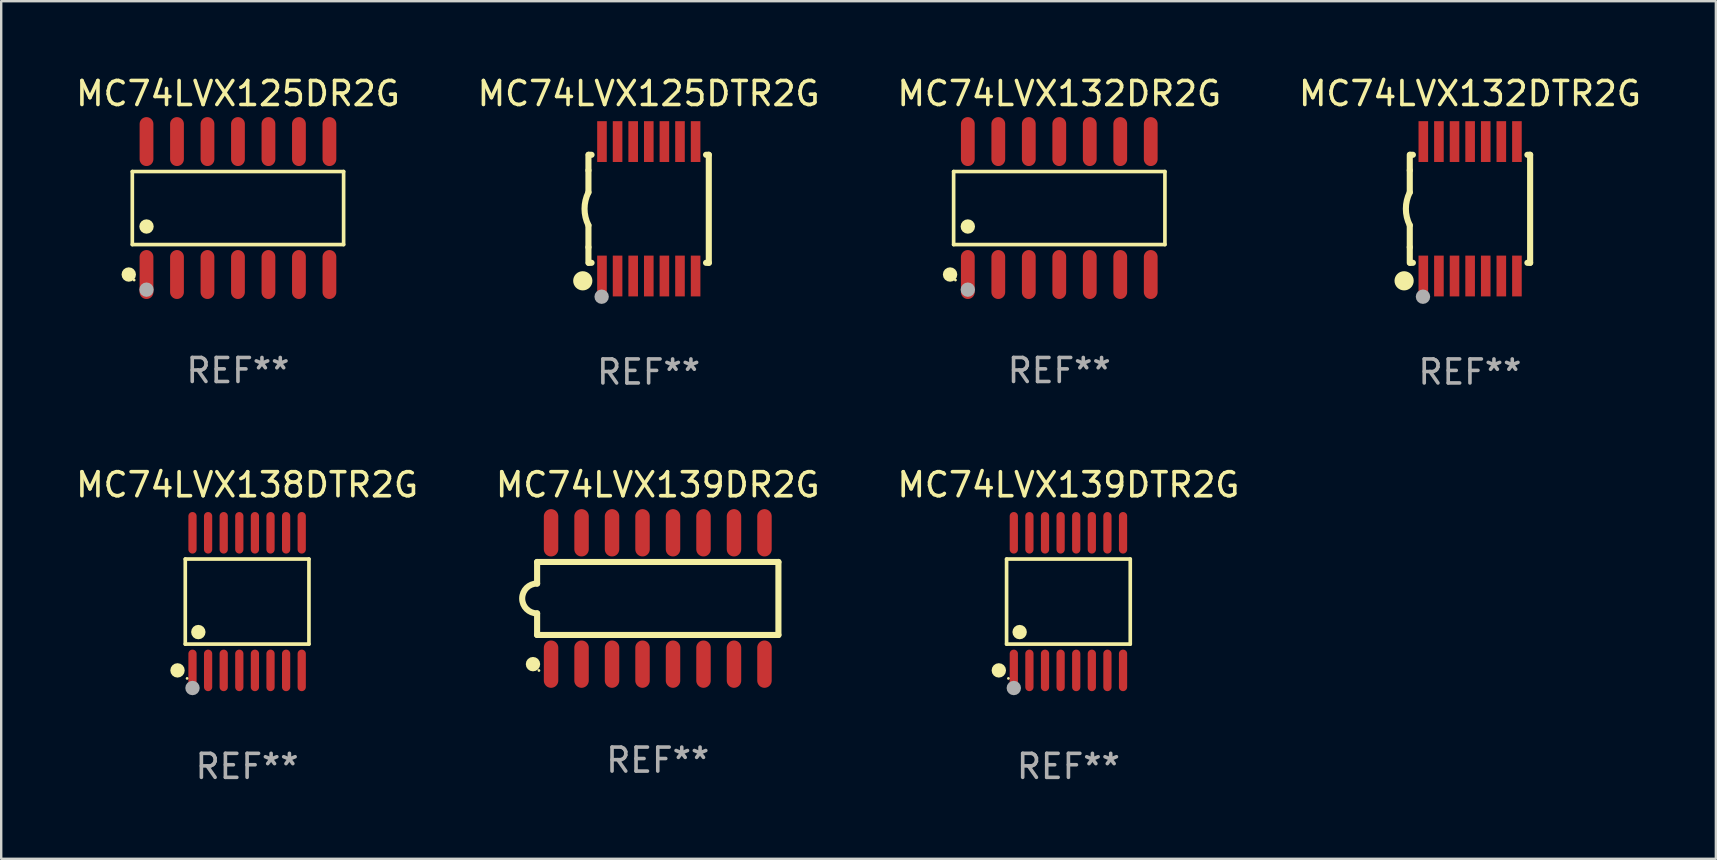
<source format=kicad_pcb>
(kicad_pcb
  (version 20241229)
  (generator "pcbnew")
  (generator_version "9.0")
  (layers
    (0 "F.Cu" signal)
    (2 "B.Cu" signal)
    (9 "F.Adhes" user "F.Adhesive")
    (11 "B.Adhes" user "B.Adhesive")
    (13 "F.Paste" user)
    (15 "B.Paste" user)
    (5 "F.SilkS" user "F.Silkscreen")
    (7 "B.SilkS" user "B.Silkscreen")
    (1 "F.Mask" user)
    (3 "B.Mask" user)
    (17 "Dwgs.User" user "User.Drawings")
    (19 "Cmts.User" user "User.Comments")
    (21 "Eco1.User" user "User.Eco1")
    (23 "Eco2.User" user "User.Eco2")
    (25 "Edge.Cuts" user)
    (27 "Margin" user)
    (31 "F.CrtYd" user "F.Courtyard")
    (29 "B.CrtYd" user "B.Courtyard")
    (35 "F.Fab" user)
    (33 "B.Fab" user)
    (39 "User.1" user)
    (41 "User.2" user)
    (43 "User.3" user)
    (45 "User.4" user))
  (footprint "MC74LVX139DR2G"
    (layer "F.Cu")
    (at 24.351 21.881)
    (property "Reference" "MC74LVX139DR2G" (at 0 -4.736 0) (layer "F.SilkS") (effects (font (size 1 1) (thickness 0.15))))
    (attr through_hole)
    (fp_line (start -5.026 -1.521) (end -5.026 -0.621) (stroke (width 0.254) (type solid)) (layer "F.SilkS"))
    (fp_line (start -5.026 -1.521) (end 5.026 -1.521) (stroke (width 0.254) (type solid)) (layer "F.SilkS"))
    (fp_line (start -5.026 1.521) (end -5.026 0.621) (stroke (width 0.254) (type solid)) (layer "F.SilkS"))
    (fp_line (start 5.026 -1.521) (end 5.026 1.521) (stroke (width 0.254) (type solid)) (layer "F.SilkS"))
    (fp_line (start 5.026 1.521) (end -5.026 1.521) (stroke (width 0.254) (type solid)) (layer "F.SilkS"))
    (fp_arc (start -5.026187 0.621387) (mid -5.647752 -0.000787) (end -5.025781 -0.622555) (stroke (width 0.254001) (type solid)) (layer "F.SilkS"))
    (fp_circle (center -5.198 2.736) (end -5.048 2.736) (stroke (width 0.3) (type solid)) (fill no) (layer "F.SilkS"))
    (fp_circle (center -4.95 3) (end -4.92 3) (stroke (width 0.06) (type solid)) (fill no) (layer "F.SilkS"))
    (fp_text user "REF**" (at 0 6.736 0) (layer "F.Fab") (effects (font (size 1 1) (thickness 0.15))))
    (pad "1" smd oval (at -4.445 2.736) (size 0.602 1.971) (layers "F.Cu" "F.Mask" "F.Paste"))
    (pad "2" smd oval (at -3.175 2.736) (size 0.602 1.971) (layers "F.Cu" "F.Mask" "F.Paste"))
    (pad "3" smd oval (at -1.905 2.736) (size 0.602 1.971) (layers "F.Cu" "F.Mask" "F.Paste"))
    (pad "4" smd oval (at -0.635 2.736) (size 0.602 1.971) (layers "F.Cu" "F.Mask" "F.Paste"))
    (pad "5" smd oval (at 0.635 2.736) (size 0.602 1.971) (layers "F.Cu" "F.Mask" "F.Paste"))
    (pad "6" smd oval (at 1.905 2.736) (size 0.602 1.971) (layers "F.Cu" "F.Mask" "F.Paste"))
    (pad "7" smd oval (at 3.175 2.736) (size 0.602 1.971) (layers "F.Cu" "F.Mask" "F.Paste"))
    (pad "8" smd oval (at 4.445 2.736) (size 0.602 1.971) (layers "F.Cu" "F.Mask" "F.Paste"))
    (pad "9" smd oval (at 4.445 -2.736) (size 0.602 1.971) (layers "F.Cu" "F.Mask" "F.Paste"))
    (pad "10" smd oval (at 3.175 -2.736) (size 0.602 1.971) (layers "F.Cu" "F.Mask" "F.Paste"))
    (pad "11" smd oval (at 1.905 -2.736) (size 0.602 1.971) (layers "F.Cu" "F.Mask" "F.Paste"))
    (pad "12" smd oval (at 0.635 -2.736) (size 0.602 1.971) (layers "F.Cu" "F.Mask" "F.Paste"))
    (pad "13" smd oval (at -0.635 -2.736) (size 0.602 1.971) (layers "F.Cu" "F.Mask" "F.Paste"))
    (pad "14" smd oval (at -1.905 -2.736) (size 0.602 1.971) (layers "F.Cu" "F.Mask" "F.Paste"))
    (pad "15" smd oval (at -3.175 -2.736) (size 0.602 1.971) (layers "F.Cu" "F.Mask" "F.Paste"))
    (pad "16" smd oval (at -4.445 -2.736) (size 0.602 1.971) (layers "F.Cu" "F.Mask" "F.Paste")))
  (footprint "MC74LVX132DR2G"
    (layer "F.Cu")
    (at 41.077 5.617)
    (property "Reference" "MC74LVX132DR2G" (at 0 -4.769 0) (layer "F.SilkS") (effects (font (size 1 1) (thickness 0.15))))
    (attr through_hole)
    (fp_line (start -4.401 -1.521) (end 4.401 -1.521) (stroke (width 0.152) (type solid)) (layer "F.SilkS"))
    (fp_line (start -4.401 1.521) (end -4.401 -1.521) (stroke (width 0.152) (type solid)) (layer "F.SilkS"))
    (fp_line (start 4.401 -1.521) (end 4.401 1.521) (stroke (width 0.152) (type solid)) (layer "F.SilkS"))
    (fp_line (start 4.401 1.521) (end -4.401 1.521) (stroke (width 0.152) (type solid)) (layer "F.SilkS"))
    (fp_circle (center -4.549 2.769) (end -4.399 2.769) (stroke (width 0.3) (type solid)) (fill no) (layer "F.SilkS"))
    (fp_circle (center -4.325 3) (end -4.295 3) (stroke (width 0.06) (type solid)) (fill no) (layer "F.SilkS"))
    (fp_circle (center -3.81 0.769) (end -3.66 0.769) (stroke (width 0.3) (type solid)) (fill no) (layer "F.SilkS"))
    (fp_circle (center -3.81 3.4) (end -3.66 3.4) (stroke (width 0.3) (type solid)) (fill no) (layer "F.Fab"))
    (fp_text user "REF**" (at 0 6.769 0) (layer "F.Fab") (effects (font (size 1 1) (thickness 0.15))))
    (pad "1" smd oval (at -3.81 2.769) (size 0.574 2.038) (layers "F.Cu" "F.Mask" "F.Paste"))
    (pad "2" smd oval (at -2.54 2.769) (size 0.574 2.038) (layers "F.Cu" "F.Mask" "F.Paste"))
    (pad "3" smd oval (at -1.27 2.769) (size 0.574 2.038) (layers "F.Cu" "F.Mask" "F.Paste"))
    (pad "4" smd oval (at 0 2.769) (size 0.574 2.038) (layers "F.Cu" "F.Mask" "F.Paste"))
    (pad "5" smd oval (at 1.27 2.769) (size 0.574 2.038) (layers "F.Cu" "F.Mask" "F.Paste"))
    (pad "6" smd oval (at 2.54 2.769) (size 0.574 2.038) (layers "F.Cu" "F.Mask" "F.Paste"))
    (pad "7" smd oval (at 3.81 2.769) (size 0.574 2.038) (layers "F.Cu" "F.Mask" "F.Paste"))
    (pad "8" smd oval (at 3.81 -2.769) (size 0.574 2.038) (layers "F.Cu" "F.Mask" "F.Paste"))
    (pad "9" smd oval (at 2.54 -2.769) (size 0.574 2.038) (layers "F.Cu" "F.Mask" "F.Paste"))
    (pad "10" smd oval (at 1.27 -2.769) (size 0.574 2.038) (layers "F.Cu" "F.Mask" "F.Paste"))
    (pad "11" smd oval (at 0 -2.769) (size 0.574 2.038) (layers "F.Cu" "F.Mask" "F.Paste"))
    (pad "12" smd oval (at -1.27 -2.769) (size 0.574 2.038) (layers "F.Cu" "F.Mask" "F.Paste"))
    (pad "13" smd oval (at -2.54 -2.769) (size 0.574 2.038) (layers "F.Cu" "F.Mask" "F.Paste"))
    (pad "14" smd oval (at -3.81 -2.769) (size 0.574 2.038) (layers "F.Cu" "F.Mask" "F.Paste")))
  (footprint "MC74LVX125DTR2G"
    (layer "F.Cu")
    (at 23.97 5.648)
    (property "Reference" "MC74LVX125DTR2G" (at 0 -4.8 0) (layer "F.SilkS") (effects (font (size 1 1) (thickness 0.15))))
    (attr through_hole)
    (fp_line (start -2.507 -1.6) (end -2.507 -2.25) (stroke (width 0.254) (type solid)) (layer "F.SilkS"))
    (fp_line (start -2.507 -0.686) (end -2.507 -1.6) (stroke (width 0.254) (type solid)) (layer "F.SilkS"))
    (fp_line (start -2.507 1.6) (end -2.507 0.686) (stroke (width 0.254) (type solid)) (layer "F.SilkS"))
    (fp_line (start -2.507 1.6) (end -2.507 2.25) (stroke (width 0.254) (type solid)) (layer "F.SilkS"))
    (fp_line (start -2.493 -2.25) (end -2.377 -2.25) (stroke (width 0.254) (type solid)) (layer "F.SilkS"))
    (fp_line (start -2.377 2.25) (end -2.493 2.25) (stroke (width 0.254) (type solid)) (layer "F.SilkS"))
    (fp_line (start 2.392 -2.25) (end 2.507 -2.25) (stroke (width 0.254) (type solid)) (layer "F.SilkS"))
    (fp_line (start 2.507 -2.25) (end 2.507 2.25) (stroke (width 0.254) (type solid)) (layer "F.SilkS"))
    (fp_line (start 2.507 2.25) (end 2.392 2.25) (stroke (width 0.254) (type solid)) (layer "F.SilkS"))
    (fp_arc (start -2.507303 0.685802) (mid -2.669199 0) (end -2.507303 -0.685801) (stroke (width 0.254001) (type solid)) (layer "F.SilkS"))
    (fp_circle (center -2.743 3) (end -2.543 3) (stroke (width 0.4) (type solid)) (fill no) (layer "F.SilkS"))
    (fp_circle (center -2.493 3.2) (end -2.463 3.2) (stroke (width 0.06) (type solid)) (fill no) (layer "F.SilkS"))
    (fp_circle (center -1.957 3.662) (end -1.807 3.662) (stroke (width 0.3) (type solid)) (fill no) (layer "F.Fab"))
    (fp_text user "REF**" (at 0 6.8 0) (layer "F.Fab") (effects (font (size 1 1) (thickness 0.15))))
    (pad "1" smd rect (at -1.943 2.8) (size 0.4 1.7) (layers "F.Cu" "F.Mask" "F.Paste"))
    (pad "2" smd rect (at -1.293 2.8) (size 0.4 1.7) (layers "F.Cu" "F.Mask" "F.Paste"))
    (pad "3" smd rect (at -0.643 2.8) (size 0.4 1.7) (layers "F.Cu" "F.Mask" "F.Paste"))
    (pad "4" smd rect (at 0.007 2.8) (size 0.4 1.7) (layers "F.Cu" "F.Mask" "F.Paste"))
    (pad "5" smd rect (at 0.657 2.8) (size 0.4 1.7) (layers "F.Cu" "F.Mask" "F.Paste"))
    (pad "6" smd rect (at 1.307 2.8) (size 0.4 1.7) (layers "F.Cu" "F.Mask" "F.Paste"))
    (pad "7" smd rect (at 1.957 2.8) (size 0.4 1.7) (layers "F.Cu" "F.Mask" "F.Paste"))
    (pad "8" smd rect (at 1.957 -2.8) (size 0.4 1.7) (layers "F.Cu" "F.Mask" "F.Paste"))
    (pad "9" smd rect (at 1.307 -2.8) (size 0.4 1.7) (layers "F.Cu" "F.Mask" "F.Paste"))
    (pad "10" smd rect (at 0.657 -2.8) (size 0.4 1.7) (layers "F.Cu" "F.Mask" "F.Paste"))
    (pad "11" smd rect (at 0.007 -2.8) (size 0.4 1.7) (layers "F.Cu" "F.Mask" "F.Paste"))
    (pad "12" smd rect (at -0.643 -2.8) (size 0.4 1.7) (layers "F.Cu" "F.Mask" "F.Paste"))
    (pad "13" smd rect (at -1.293 -2.8) (size 0.4 1.7) (layers "F.Cu" "F.Mask" "F.Paste"))
    (pad "14" smd rect (at -1.943 -2.8) (size 0.4 1.7) (layers "F.Cu" "F.Mask" "F.Paste")))
  (footprint "MC74LVX125DR2G"
    (layer "F.Cu")
    (at 6.863 5.617)
    (property "Reference" "MC74LVX125DR2G" (at 0 -4.769 0) (layer "F.SilkS") (effects (font (size 1 1) (thickness 0.15))))
    (attr through_hole)
    (fp_line (start -4.401 -1.521) (end 4.401 -1.521) (stroke (width 0.152) (type solid)) (layer "F.SilkS"))
    (fp_line (start -4.401 1.521) (end -4.401 -1.521) (stroke (width 0.152) (type solid)) (layer "F.SilkS"))
    (fp_line (start 4.401 -1.521) (end 4.401 1.521) (stroke (width 0.152) (type solid)) (layer "F.SilkS"))
    (fp_line (start 4.401 1.521) (end -4.401 1.521) (stroke (width 0.152) (type solid)) (layer "F.SilkS"))
    (fp_circle (center -4.549 2.769) (end -4.399 2.769) (stroke (width 0.3) (type solid)) (fill no) (layer "F.SilkS"))
    (fp_circle (center -4.325 3) (end -4.295 3) (stroke (width 0.06) (type solid)) (fill no) (layer "F.SilkS"))
    (fp_circle (center -3.81 0.769) (end -3.66 0.769) (stroke (width 0.3) (type solid)) (fill no) (layer "F.SilkS"))
    (fp_circle (center -3.81 3.4) (end -3.66 3.4) (stroke (width 0.3) (type solid)) (fill no) (layer "F.Fab"))
    (fp_text user "REF**" (at 0 6.769 0) (layer "F.Fab") (effects (font (size 1 1) (thickness 0.15))))
    (pad "1" smd oval (at -3.81 2.769) (size 0.574 2.038) (layers "F.Cu" "F.Mask" "F.Paste"))
    (pad "2" smd oval (at -2.54 2.769) (size 0.574 2.038) (layers "F.Cu" "F.Mask" "F.Paste"))
    (pad "3" smd oval (at -1.27 2.769) (size 0.574 2.038) (layers "F.Cu" "F.Mask" "F.Paste"))
    (pad "4" smd oval (at 0 2.769) (size 0.574 2.038) (layers "F.Cu" "F.Mask" "F.Paste"))
    (pad "5" smd oval (at 1.27 2.769) (size 0.574 2.038) (layers "F.Cu" "F.Mask" "F.Paste"))
    (pad "6" smd oval (at 2.54 2.769) (size 0.574 2.038) (layers "F.Cu" "F.Mask" "F.Paste"))
    (pad "7" smd oval (at 3.81 2.769) (size 0.574 2.038) (layers "F.Cu" "F.Mask" "F.Paste"))
    (pad "8" smd oval (at 3.81 -2.769) (size 0.574 2.038) (layers "F.Cu" "F.Mask" "F.Paste"))
    (pad "9" smd oval (at 2.54 -2.769) (size 0.574 2.038) (layers "F.Cu" "F.Mask" "F.Paste"))
    (pad "10" smd oval (at 1.27 -2.769) (size 0.574 2.038) (layers "F.Cu" "F.Mask" "F.Paste"))
    (pad "11" smd oval (at 0 -2.769) (size 0.574 2.038) (layers "F.Cu" "F.Mask" "F.Paste"))
    (pad "12" smd oval (at -1.27 -2.769) (size 0.574 2.038) (layers "F.Cu" "F.Mask" "F.Paste"))
    (pad "13" smd oval (at -2.54 -2.769) (size 0.574 2.038) (layers "F.Cu" "F.Mask" "F.Paste"))
    (pad "14" smd oval (at -3.81 -2.769) (size 0.574 2.038) (layers "F.Cu" "F.Mask" "F.Paste")))
  (footprint "MC74LVX132DTR2G"
    (layer "F.Cu")
    (at 58.185 5.648)
    (property "Reference" "MC74LVX132DTR2G" (at 0 -4.8 0) (layer "F.SilkS") (effects (font (size 1 1) (thickness 0.15))))
    (attr through_hole)
    (fp_line (start -2.507 -1.6) (end -2.507 -2.25) (stroke (width 0.254) (type solid)) (layer "F.SilkS"))
    (fp_line (start -2.507 -0.686) (end -2.507 -1.6) (stroke (width 0.254) (type solid)) (layer "F.SilkS"))
    (fp_line (start -2.507 1.6) (end -2.507 0.686) (stroke (width 0.254) (type solid)) (layer "F.SilkS"))
    (fp_line (start -2.507 1.6) (end -2.507 2.25) (stroke (width 0.254) (type solid)) (layer "F.SilkS"))
    (fp_line (start -2.493 -2.25) (end -2.377 -2.25) (stroke (width 0.254) (type solid)) (layer "F.SilkS"))
    (fp_line (start -2.377 2.25) (end -2.493 2.25) (stroke (width 0.254) (type solid)) (layer "F.SilkS"))
    (fp_line (start 2.392 -2.25) (end 2.507 -2.25) (stroke (width 0.254) (type solid)) (layer "F.SilkS"))
    (fp_line (start 2.507 -2.25) (end 2.507 2.25) (stroke (width 0.254) (type solid)) (layer "F.SilkS"))
    (fp_line (start 2.507 2.25) (end 2.392 2.25) (stroke (width 0.254) (type solid)) (layer "F.SilkS"))
    (fp_arc (start -2.507303 0.685802) (mid -2.669199 0) (end -2.507303 -0.685801) (stroke (width 0.254001) (type solid)) (layer "F.SilkS"))
    (fp_circle (center -2.743 3) (end -2.543 3) (stroke (width 0.4) (type solid)) (fill no) (layer "F.SilkS"))
    (fp_circle (center -2.493 3.2) (end -2.463 3.2) (stroke (width 0.06) (type solid)) (fill no) (layer "F.SilkS"))
    (fp_circle (center -1.957 3.662) (end -1.807 3.662) (stroke (width 0.3) (type solid)) (fill no) (layer "F.Fab"))
    (fp_text user "REF**" (at 0 6.8 0) (layer "F.Fab") (effects (font (size 1 1) (thickness 0.15))))
    (pad "1" smd rect (at -1.943 2.8) (size 0.4 1.7) (layers "F.Cu" "F.Mask" "F.Paste"))
    (pad "2" smd rect (at -1.293 2.8) (size 0.4 1.7) (layers "F.Cu" "F.Mask" "F.Paste"))
    (pad "3" smd rect (at -0.643 2.8) (size 0.4 1.7) (layers "F.Cu" "F.Mask" "F.Paste"))
    (pad "4" smd rect (at 0.007 2.8) (size 0.4 1.7) (layers "F.Cu" "F.Mask" "F.Paste"))
    (pad "5" smd rect (at 0.657 2.8) (size 0.4 1.7) (layers "F.Cu" "F.Mask" "F.Paste"))
    (pad "6" smd rect (at 1.307 2.8) (size 0.4 1.7) (layers "F.Cu" "F.Mask" "F.Paste"))
    (pad "7" smd rect (at 1.957 2.8) (size 0.4 1.7) (layers "F.Cu" "F.Mask" "F.Paste"))
    (pad "8" smd rect (at 1.957 -2.8) (size 0.4 1.7) (layers "F.Cu" "F.Mask" "F.Paste"))
    (pad "9" smd rect (at 1.307 -2.8) (size 0.4 1.7) (layers "F.Cu" "F.Mask" "F.Paste"))
    (pad "10" smd rect (at 0.657 -2.8) (size 0.4 1.7) (layers "F.Cu" "F.Mask" "F.Paste"))
    (pad "11" smd rect (at 0.007 -2.8) (size 0.4 1.7) (layers "F.Cu" "F.Mask" "F.Paste"))
    (pad "12" smd rect (at -0.643 -2.8) (size 0.4 1.7) (layers "F.Cu" "F.Mask" "F.Paste"))
    (pad "13" smd rect (at -1.293 -2.8) (size 0.4 1.7) (layers "F.Cu" "F.Mask" "F.Paste"))
    (pad "14" smd rect (at -1.943 -2.8) (size 0.4 1.7) (layers "F.Cu" "F.Mask" "F.Paste")))
  (footprint "MC74LVX138DTR2G"
    (layer "F.Cu")
    (at 7.244 22.011)
    (property "Reference" "MC74LVX138DTR2G" (at 0 -4.866 0) (layer "F.SilkS") (effects (font (size 1 1) (thickness 0.15))))
    (attr through_hole)
    (fp_line (start -2.576 -1.772) (end 2.576 -1.772) (stroke (width 0.152) (type solid)) (layer "F.SilkS"))
    (fp_line (start -2.576 1.771) (end -2.576 -1.772) (stroke (width 0.152) (type solid)) (layer "F.SilkS"))
    (fp_line (start 2.576 -1.772) (end 2.576 1.771) (stroke (width 0.152) (type solid)) (layer "F.SilkS"))
    (fp_line (start 2.576 1.771) (end -2.576 1.771) (stroke (width 0.152) (type solid)) (layer "F.SilkS"))
    (fp_circle (center -2.899 2.866) (end -2.749 2.866) (stroke (width 0.3) (type solid)) (fill no) (layer "F.SilkS"))
    (fp_circle (center -2.5 3.2) (end -2.47 3.2) (stroke (width 0.06) (type solid)) (fill no) (layer "F.SilkS"))
    (fp_circle (center -2.032 1.27) (end -1.882 1.27) (stroke (width 0.3) (type solid)) (fill no) (layer "F.SilkS"))
    (fp_circle (center -2.275 3.6) (end -2.125 3.6) (stroke (width 0.3) (type solid)) (fill no) (layer "F.Fab"))
    (fp_text user "REF**" (at 0 6.866 0) (layer "F.Fab") (effects (font (size 1 1) (thickness 0.15))))
    (pad "1" smd oval (at -2.275 2.866) (size 0.343 1.731) (layers "F.Cu" "F.Mask" "F.Paste"))
    (pad "2" smd oval (at -1.625 2.866) (size 0.343 1.731) (layers "F.Cu" "F.Mask" "F.Paste"))
    (pad "3" smd oval (at -0.975 2.866) (size 0.343 1.731) (layers "F.Cu" "F.Mask" "F.Paste"))
    (pad "4" smd oval (at -0.325 2.866) (size 0.343 1.731) (layers "F.Cu" "F.Mask" "F.Paste"))
    (pad "5" smd oval (at 0.325 2.866) (size 0.343 1.731) (layers "F.Cu" "F.Mask" "F.Paste"))
    (pad "6" smd oval (at 0.975 2.866) (size 0.343 1.731) (layers "F.Cu" "F.Mask" "F.Paste"))
    (pad "7" smd oval (at 1.625 2.866) (size 0.343 1.731) (layers "F.Cu" "F.Mask" "F.Paste"))
    (pad "8" smd oval (at 2.275 2.866) (size 0.343 1.731) (layers "F.Cu" "F.Mask" "F.Paste"))
    (pad "9" smd oval (at 2.275 -2.866) (size 0.343 1.731) (layers "F.Cu" "F.Mask" "F.Paste"))
    (pad "10" smd oval (at 1.625 -2.866) (size 0.343 1.731) (layers "F.Cu" "F.Mask" "F.Paste"))
    (pad "11" smd oval (at 0.975 -2.866) (size 0.343 1.731) (layers "F.Cu" "F.Mask" "F.Paste"))
    (pad "12" smd oval (at 0.325 -2.866) (size 0.343 1.731) (layers "F.Cu" "F.Mask" "F.Paste"))
    (pad "13" smd oval (at -0.325 -2.866) (size 0.343 1.731) (layers "F.Cu" "F.Mask" "F.Paste"))
    (pad "14" smd oval (at -0.975 -2.866) (size 0.343 1.731) (layers "F.Cu" "F.Mask" "F.Paste"))
    (pad "15" smd oval (at -1.625 -2.866) (size 0.343 1.731) (layers "F.Cu" "F.Mask" "F.Paste"))
    (pad "16" smd oval (at -2.275 -2.866) (size 0.343 1.731) (layers "F.Cu" "F.Mask" "F.Paste")))
  (footprint "MC74LVX139DTR2G"
    (layer "F.Cu")
    (at 41.458 22.011)
    (property "Reference" "MC74LVX139DTR2G" (at 0 -4.866 0) (layer "F.SilkS") (effects (font (size 1 1) (thickness 0.15))))
    (attr through_hole)
    (fp_line (start -2.576 -1.772) (end 2.576 -1.772) (stroke (width 0.152) (type solid)) (layer "F.SilkS"))
    (fp_line (start -2.576 1.771) (end -2.576 -1.772) (stroke (width 0.152) (type solid)) (layer "F.SilkS"))
    (fp_line (start 2.576 -1.772) (end 2.576 1.771) (stroke (width 0.152) (type solid)) (layer "F.SilkS"))
    (fp_line (start 2.576 1.771) (end -2.576 1.771) (stroke (width 0.152) (type solid)) (layer "F.SilkS"))
    (fp_circle (center -2.899 2.866) (end -2.749 2.866) (stroke (width 0.3) (type solid)) (fill no) (layer "F.SilkS"))
    (fp_circle (center -2.5 3.2) (end -2.47 3.2) (stroke (width 0.06) (type solid)) (fill no) (layer "F.SilkS"))
    (fp_circle (center -2.032 1.27) (end -1.882 1.27) (stroke (width 0.3) (type solid)) (fill no) (layer "F.SilkS"))
    (fp_circle (center -2.275 3.6) (end -2.125 3.6) (stroke (width 0.3) (type solid)) (fill no) (layer "F.Fab"))
    (fp_text user "REF**" (at 0 6.866 0) (layer "F.Fab") (effects (font (size 1 1) (thickness 0.15))))
    (pad "1" smd oval (at -2.275 2.866) (size 0.343 1.731) (layers "F.Cu" "F.Mask" "F.Paste"))
    (pad "2" smd oval (at -1.625 2.866) (size 0.343 1.731) (layers "F.Cu" "F.Mask" "F.Paste"))
    (pad "3" smd oval (at -0.975 2.866) (size 0.343 1.731) (layers "F.Cu" "F.Mask" "F.Paste"))
    (pad "4" smd oval (at -0.325 2.866) (size 0.343 1.731) (layers "F.Cu" "F.Mask" "F.Paste"))
    (pad "5" smd oval (at 0.325 2.866) (size 0.343 1.731) (layers "F.Cu" "F.Mask" "F.Paste"))
    (pad "6" smd oval (at 0.975 2.866) (size 0.343 1.731) (layers "F.Cu" "F.Mask" "F.Paste"))
    (pad "7" smd oval (at 1.625 2.866) (size 0.343 1.731) (layers "F.Cu" "F.Mask" "F.Paste"))
    (pad "8" smd oval (at 2.275 2.866) (size 0.343 1.731) (layers "F.Cu" "F.Mask" "F.Paste"))
    (pad "9" smd oval (at 2.275 -2.866) (size 0.343 1.731) (layers "F.Cu" "F.Mask" "F.Paste"))
    (pad "10" smd oval (at 1.625 -2.866) (size 0.343 1.731) (layers "F.Cu" "F.Mask" "F.Paste"))
    (pad "11" smd oval (at 0.975 -2.866) (size 0.343 1.731) (layers "F.Cu" "F.Mask" "F.Paste"))
    (pad "12" smd oval (at 0.325 -2.866) (size 0.343 1.731) (layers "F.Cu" "F.Mask" "F.Paste"))
    (pad "13" smd oval (at -0.325 -2.866) (size 0.343 1.731) (layers "F.Cu" "F.Mask" "F.Paste"))
    (pad "14" smd oval (at -0.975 -2.866) (size 0.343 1.731) (layers "F.Cu" "F.Mask" "F.Paste"))
    (pad "15" smd oval (at -1.625 -2.866) (size 0.343 1.731) (layers "F.Cu" "F.Mask" "F.Paste"))
    (pad "16" smd oval (at -2.275 -2.866) (size 0.343 1.731) (layers "F.Cu" "F.Mask" "F.Paste")))
  (gr_rect
    (start -3 -3)
    (end 68.429 32.725)
    (stroke (width 0.1) (type default))
    (fill no)
    (layer "Edge.Cuts")))
</source>
